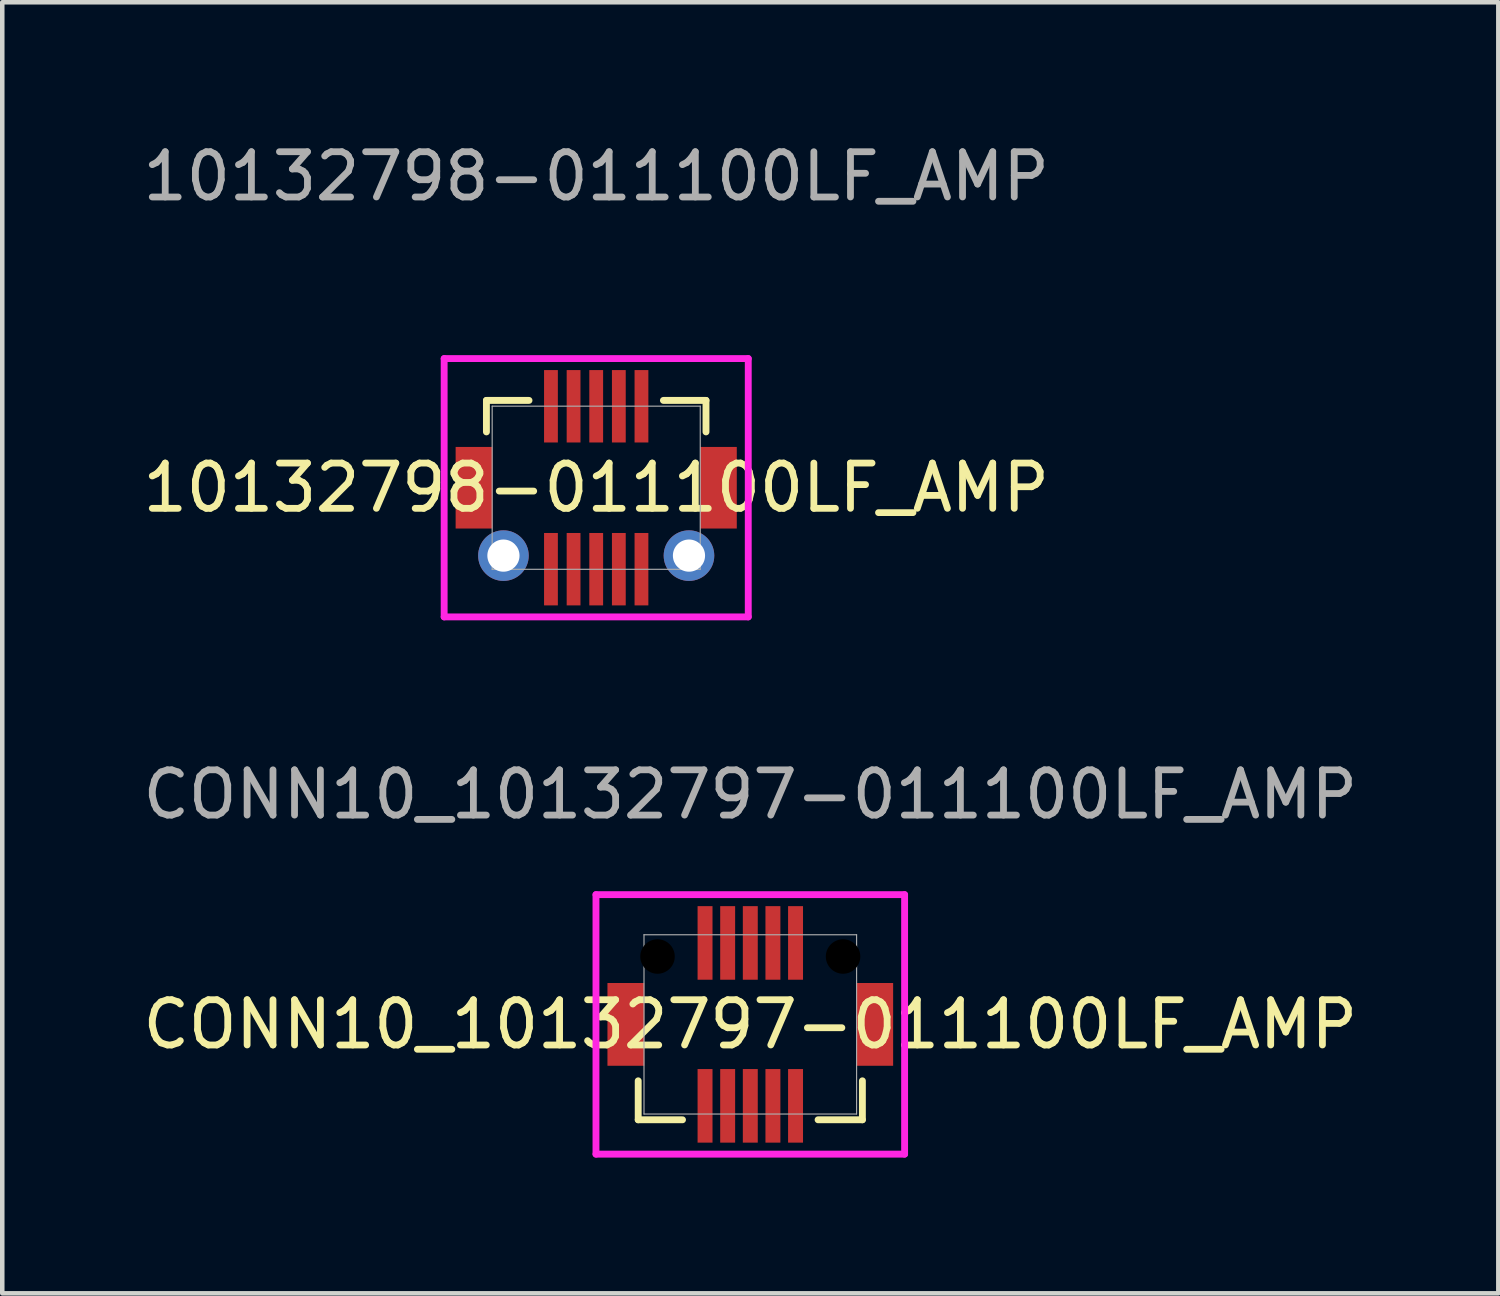
<source format=kicad_pcb>
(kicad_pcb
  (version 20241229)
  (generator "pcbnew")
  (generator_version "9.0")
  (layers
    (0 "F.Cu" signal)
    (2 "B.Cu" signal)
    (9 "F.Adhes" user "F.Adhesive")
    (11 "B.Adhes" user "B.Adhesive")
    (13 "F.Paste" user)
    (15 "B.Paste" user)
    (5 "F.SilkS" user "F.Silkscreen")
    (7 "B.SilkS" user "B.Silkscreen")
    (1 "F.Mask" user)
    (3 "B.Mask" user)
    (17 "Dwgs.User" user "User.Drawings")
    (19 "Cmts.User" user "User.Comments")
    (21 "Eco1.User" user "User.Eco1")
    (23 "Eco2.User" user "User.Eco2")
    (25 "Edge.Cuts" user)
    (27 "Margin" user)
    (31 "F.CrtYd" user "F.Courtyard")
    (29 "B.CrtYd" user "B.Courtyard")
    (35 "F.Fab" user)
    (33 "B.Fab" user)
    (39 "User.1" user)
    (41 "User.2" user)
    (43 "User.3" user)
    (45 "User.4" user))
  (footprint "10132798-011100LF_AMP"
    (layer "F.Cu")
    (at 9.125 5.928)
    (property "Reference" "10132798-011100LF_AMP" (at 1 1.8 0) (unlocked yes) (layer "F.SilkS") (effects (font (size 1 1) (thickness 0.15))))
    (attr smd)
    (fp_line (start -1.426 -0.13) (end -1.426 0.566) (stroke (width 0.152) (type solid)) (layer "F.SilkS"))
    (fp_line (start -0.485 -0.13) (end -1.426 -0.13) (stroke (width 0.152) (type solid)) (layer "F.SilkS"))
    (fp_line (start 3.426 -0.13) (end 2.485 -0.13) (stroke (width 0.152) (type solid)) (layer "F.SilkS"))
    (fp_line (start 3.426 0.566) (end 3.426 -0.13) (stroke (width 0.152) (type solid)) (layer "F.SilkS"))
    (fp_line (start -2.36 -1.054) (end -2.36 4.654) (stroke (width 0.152) (type solid)) (layer "F.CrtYd"))
    (fp_line (start -2.36 4.654) (end 4.36 4.654) (stroke (width 0.152) (type solid)) (layer "F.CrtYd"))
    (fp_line (start 4.36 -1.054) (end -2.36 -1.054) (stroke (width 0.152) (type solid)) (layer "F.CrtYd"))
    (fp_line (start 4.36 4.654) (end 4.36 -1.054) (stroke (width 0.152) (type solid)) (layer "F.CrtYd"))
    (fp_line (start -1.299 -0.003) (end -1.299 3.603) (stroke (width 0.025) (type solid)) (layer "F.Fab"))
    (fp_line (start -1.299 3.603) (end 3.299 3.603) (stroke (width 0.025) (type solid)) (layer "F.Fab"))
    (fp_line (start 3.299 -0.003) (end -1.299 -0.003) (stroke (width 0.025) (type solid)) (layer "F.Fab"))
    (fp_line (start 3.299 3.603) (end 3.299 -0.003) (stroke (width 0.025) (type solid)) (layer "F.Fab"))
    (fp_text user "${REFERENCE}" (at 1 -5.08 0) (unlocked yes) (layer "F.Fab") (effects (font (size 1 1) (thickness 0.15))))
    (pad "1" smd rect (at -0.000001 0.000001) (size 0.305 1.6) (layers "F.Cu" "F.Mask" "F.Paste"))
    (pad "2" smd rect (at 0.5 0.000001) (size 0.305 1.6) (layers "F.Cu" "F.Mask" "F.Paste"))
    (pad "3" smd rect (at 1 0.000001) (size 0.305 1.6) (layers "F.Cu" "F.Mask" "F.Paste"))
    (pad "4" smd rect (at 1.5 0.000001) (size 0.305 1.6) (layers "F.Cu" "F.Mask" "F.Paste"))
    (pad "5" smd rect (at 2 0.000001) (size 0.305 1.6) (layers "F.Cu" "F.Mask" "F.Paste"))
    (pad "6" smd rect (at -0.000001 3.6) (size 0.305 1.6) (layers "F.Cu" "F.Mask" "F.Paste"))
    (pad "7" smd rect (at 0.5 3.6) (size 0.305 1.6) (layers "F.Cu" "F.Mask" "F.Paste"))
    (pad "8" smd rect (at 1 3.6) (size 0.305 1.6) (layers "F.Cu" "F.Mask" "F.Paste"))
    (pad "9" smd rect (at 1.5 3.6) (size 0.305 1.6) (layers "F.Cu" "F.Mask" "F.Paste"))
    (pad "10" smd rect (at 2 3.6) (size 0.305 1.6) (layers "F.Cu" "F.Mask" "F.Paste"))
    (pad "11" thru_hole circle (at -1.05 3.3) (size 1.118 1.118) (drill 0.711) (layers "*.Cu" "*.Mask"))
    (pad "12" thru_hole circle (at 3.05 3.3) (size 1.118 1.118) (drill 0.711) (layers "*.Cu" "*.Mask"))
    (pad "13" smd rect (at -1.7 1.8) (size 0.813 1.803) (layers "F.Cu" "F.Mask" "F.Paste"))
    (pad "14" smd rect (at 3.7 1.8) (size 0.813 1.803) (layers "F.Cu" "F.Mask" "F.Paste")))
  (footprint "CONN10_10132797-011100LF_AMP"
    (layer "F.Cu")
    (at 13.53 19.587)
    (property "Reference" "CONN10_10132797-011100LF_AMP" (at 0 0 0) (unlocked yes) (layer "F.SilkS") (effects (font (size 1 1) (thickness 0.15))))
    (attr smd)
    (fp_line (start -2.477 1.247) (end -2.477 2.108) (stroke (width 0.152) (type solid)) (layer "F.SilkS"))
    (fp_line (start -2.477 2.108) (end -1.498 2.108) (stroke (width 0.152) (type solid)) (layer "F.SilkS"))
    (fp_line (start 1.498 2.108) (end 2.477 2.108) (stroke (width 0.152) (type solid)) (layer "F.SilkS"))
    (fp_line (start 2.477 2.108) (end 2.477 1.247) (stroke (width 0.152) (type solid)) (layer "F.SilkS"))
    (fp_line (start -3.41 -2.867) (end -3.41 2.867) (stroke (width 0.152) (type solid)) (layer "F.CrtYd"))
    (fp_line (start -3.41 2.867) (end 3.41 2.867) (stroke (width 0.152) (type solid)) (layer "F.CrtYd"))
    (fp_line (start 3.41 -2.867) (end -3.41 -2.867) (stroke (width 0.152) (type solid)) (layer "F.CrtYd"))
    (fp_line (start 3.41 2.867) (end 3.41 -2.867) (stroke (width 0.152) (type solid)) (layer "F.CrtYd"))
    (fp_line (start -2.349 -1.981) (end -2.349 1.981) (stroke (width 0.025) (type solid)) (layer "F.Fab"))
    (fp_line (start -2.349 1.981) (end 2.349 1.981) (stroke (width 0.025) (type solid)) (layer "F.Fab"))
    (fp_line (start 2.349 -1.981) (end -2.349 -1.981) (stroke (width 0.025) (type solid)) (layer "F.Fab"))
    (fp_line (start 2.349 1.981) (end 2.349 -1.981) (stroke (width 0.025) (type solid)) (layer "F.Fab"))
    (fp_text user "${REFERENCE}" (at 0 -5.08 0) (unlocked yes) (layer "F.Fab") (effects (font (size 1 1) (thickness 0.15))))
    (pad "" np_thru_hole circle (at -2.05 -1.5) (size 0.762 0.762) (drill 0.762) (layers))
    (pad "" np_thru_hole circle (at 2.05 -1.5) (size 0.762 0.762) (drill 0.762) (layers))
    (pad "1" smd rect (at -1 -1.8) (size 0.33 1.626) (layers "F.Cu" "F.Mask" "F.Paste"))
    (pad "2" smd rect (at -0.5 -1.8) (size 0.33 1.626) (layers "F.Cu" "F.Mask" "F.Paste"))
    (pad "3" smd rect (at 0 -1.8) (size 0.33 1.626) (layers "F.Cu" "F.Mask" "F.Paste"))
    (pad "4" smd rect (at 0.5 -1.8) (size 0.33 1.626) (layers "F.Cu" "F.Mask" "F.Paste"))
    (pad "5" smd rect (at 1 -1.8) (size 0.33 1.626) (layers "F.Cu" "F.Mask" "F.Paste"))
    (pad "6" smd rect (at -1 1.8) (size 0.33 1.626) (layers "F.Cu" "F.Mask" "F.Paste"))
    (pad "7" smd rect (at -0.5 1.8) (size 0.33 1.626) (layers "F.Cu" "F.Mask" "F.Paste"))
    (pad "8" smd rect (at 0 1.8) (size 0.33 1.626) (layers "F.Cu" "F.Mask" "F.Paste"))
    (pad "9" smd rect (at 0.5 1.8) (size 0.33 1.626) (layers "F.Cu" "F.Mask" "F.Paste"))
    (pad "10" smd rect (at 1 1.8) (size 0.33 1.626) (layers "F.Cu" "F.Mask" "F.Paste"))
    (pad "11" smd rect (at -2.75 0) (size 0.813 1.829) (layers "F.Cu" "F.Mask" "F.Paste"))
    (pad "12" smd rect (at 2.75 0) (size 0.813 1.829) (layers "F.Cu" "F.Mask" "F.Paste")))
  (gr_rect
    (start -3 -3)
    (end 30.06 25.53)
    (stroke (width 0.1) (type default))
    (fill no)
    (layer "Edge.Cuts")))
</source>
